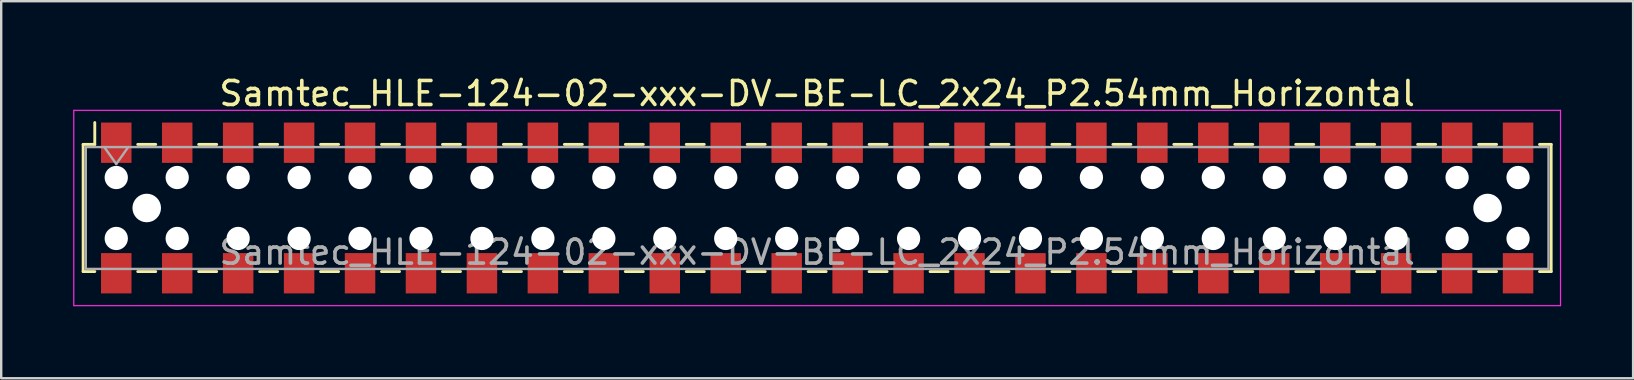
<source format=kicad_pcb>
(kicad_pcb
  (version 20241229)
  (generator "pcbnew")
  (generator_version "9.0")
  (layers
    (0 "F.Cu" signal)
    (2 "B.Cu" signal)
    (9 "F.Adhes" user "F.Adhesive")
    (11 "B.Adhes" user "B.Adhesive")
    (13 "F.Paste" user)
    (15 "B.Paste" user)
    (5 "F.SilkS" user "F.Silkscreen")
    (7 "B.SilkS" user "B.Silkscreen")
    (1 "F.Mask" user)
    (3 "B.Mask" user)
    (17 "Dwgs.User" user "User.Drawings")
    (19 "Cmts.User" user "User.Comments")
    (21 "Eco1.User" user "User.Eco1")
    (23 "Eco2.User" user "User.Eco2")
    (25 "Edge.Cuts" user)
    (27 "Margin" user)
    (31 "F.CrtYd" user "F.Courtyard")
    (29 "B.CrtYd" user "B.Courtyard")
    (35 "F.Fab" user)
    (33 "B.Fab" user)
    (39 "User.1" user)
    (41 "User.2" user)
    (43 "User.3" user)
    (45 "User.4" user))
  (footprint "Samtec_HLE-124-02-xxx-DV-BE-LC_2x24_P2.54mm_Horizontal"
    (layer "F.Cu")
    (at 31.005 5.618)
    (property "Reference" "Samtec_HLE-124-02-xxx-DV-BE-LC_2x24_P2.54mm_Horizontal" (at 0 -4.77 0) (layer "F.SilkS") (effects (font (size 1 1) (thickness 0.15))))
    (attr smd)
    (fp_line (start -30.59 -2.65) (end -30.59 2.65) (stroke (width 0.12) (type solid)) (layer "F.SilkS"))
    (fp_line (start -30.59 2.65) (end -30.105 2.65) (stroke (width 0.12) (type solid)) (layer "F.SilkS"))
    (fp_line (start -30.105 -3.56) (end -30.105 -2.65) (stroke (width 0.12) (type solid)) (layer "F.SilkS"))
    (fp_line (start -30.105 -2.65) (end -30.59 -2.65) (stroke (width 0.12) (type solid)) (layer "F.SilkS"))
    (fp_line (start -28.315 -2.65) (end -27.565 -2.65) (stroke (width 0.12) (type solid)) (layer "F.SilkS"))
    (fp_line (start -28.315 2.65) (end -27.565 2.65) (stroke (width 0.12) (type solid)) (layer "F.SilkS"))
    (fp_line (start -25.775 -2.65) (end -25.025 -2.65) (stroke (width 0.12) (type solid)) (layer "F.SilkS"))
    (fp_line (start -25.775 2.65) (end -25.025 2.65) (stroke (width 0.12) (type solid)) (layer "F.SilkS"))
    (fp_line (start -23.235 -2.65) (end -22.485 -2.65) (stroke (width 0.12) (type solid)) (layer "F.SilkS"))
    (fp_line (start -23.235 2.65) (end -22.485 2.65) (stroke (width 0.12) (type solid)) (layer "F.SilkS"))
    (fp_line (start -20.695 -2.65) (end -19.945 -2.65) (stroke (width 0.12) (type solid)) (layer "F.SilkS"))
    (fp_line (start -20.695 2.65) (end -19.945 2.65) (stroke (width 0.12) (type solid)) (layer "F.SilkS"))
    (fp_line (start -18.155 -2.65) (end -17.405 -2.65) (stroke (width 0.12) (type solid)) (layer "F.SilkS"))
    (fp_line (start -18.155 2.65) (end -17.405 2.65) (stroke (width 0.12) (type solid)) (layer "F.SilkS"))
    (fp_line (start -15.615 -2.65) (end -14.865 -2.65) (stroke (width 0.12) (type solid)) (layer "F.SilkS"))
    (fp_line (start -15.615 2.65) (end -14.865 2.65) (stroke (width 0.12) (type solid)) (layer "F.SilkS"))
    (fp_line (start -13.075 -2.65) (end -12.325 -2.65) (stroke (width 0.12) (type solid)) (layer "F.SilkS"))
    (fp_line (start -13.075 2.65) (end -12.325 2.65) (stroke (width 0.12) (type solid)) (layer "F.SilkS"))
    (fp_line (start -10.535 -2.65) (end -9.785 -2.65) (stroke (width 0.12) (type solid)) (layer "F.SilkS"))
    (fp_line (start -10.535 2.65) (end -9.785 2.65) (stroke (width 0.12) (type solid)) (layer "F.SilkS"))
    (fp_line (start -7.995 -2.65) (end -7.245 -2.65) (stroke (width 0.12) (type solid)) (layer "F.SilkS"))
    (fp_line (start -7.995 2.65) (end -7.245 2.65) (stroke (width 0.12) (type solid)) (layer "F.SilkS"))
    (fp_line (start -5.455 -2.65) (end -4.705 -2.65) (stroke (width 0.12) (type solid)) (layer "F.SilkS"))
    (fp_line (start -5.455 2.65) (end -4.705 2.65) (stroke (width 0.12) (type solid)) (layer "F.SilkS"))
    (fp_line (start -2.915 -2.65) (end -2.165 -2.65) (stroke (width 0.12) (type solid)) (layer "F.SilkS"))
    (fp_line (start -2.915 2.65) (end -2.165 2.65) (stroke (width 0.12) (type solid)) (layer "F.SilkS"))
    (fp_line (start -0.375 -2.65) (end 0.375 -2.65) (stroke (width 0.12) (type solid)) (layer "F.SilkS"))
    (fp_line (start -0.375 2.65) (end 0.375 2.65) (stroke (width 0.12) (type solid)) (layer "F.SilkS"))
    (fp_line (start 2.165 -2.65) (end 2.915 -2.65) (stroke (width 0.12) (type solid)) (layer "F.SilkS"))
    (fp_line (start 2.165 2.65) (end 2.915 2.65) (stroke (width 0.12) (type solid)) (layer "F.SilkS"))
    (fp_line (start 4.705 -2.65) (end 5.455 -2.65) (stroke (width 0.12) (type solid)) (layer "F.SilkS"))
    (fp_line (start 4.705 2.65) (end 5.455 2.65) (stroke (width 0.12) (type solid)) (layer "F.SilkS"))
    (fp_line (start 7.245 -2.65) (end 7.995 -2.65) (stroke (width 0.12) (type solid)) (layer "F.SilkS"))
    (fp_line (start 7.245 2.65) (end 7.995 2.65) (stroke (width 0.12) (type solid)) (layer "F.SilkS"))
    (fp_line (start 9.785 -2.65) (end 10.535 -2.65) (stroke (width 0.12) (type solid)) (layer "F.SilkS"))
    (fp_line (start 9.785 2.65) (end 10.535 2.65) (stroke (width 0.12) (type solid)) (layer "F.SilkS"))
    (fp_line (start 12.325 -2.65) (end 13.075 -2.65) (stroke (width 0.12) (type solid)) (layer "F.SilkS"))
    (fp_line (start 12.325 2.65) (end 13.075 2.65) (stroke (width 0.12) (type solid)) (layer "F.SilkS"))
    (fp_line (start 14.865 -2.65) (end 15.615 -2.65) (stroke (width 0.12) (type solid)) (layer "F.SilkS"))
    (fp_line (start 14.865 2.65) (end 15.615 2.65) (stroke (width 0.12) (type solid)) (layer "F.SilkS"))
    (fp_line (start 17.405 -2.65) (end 18.155 -2.65) (stroke (width 0.12) (type solid)) (layer "F.SilkS"))
    (fp_line (start 17.405 2.65) (end 18.155 2.65) (stroke (width 0.12) (type solid)) (layer "F.SilkS"))
    (fp_line (start 19.945 -2.65) (end 20.695 -2.65) (stroke (width 0.12) (type solid)) (layer "F.SilkS"))
    (fp_line (start 19.945 2.65) (end 20.695 2.65) (stroke (width 0.12) (type solid)) (layer "F.SilkS"))
    (fp_line (start 22.485 -2.65) (end 23.235 -2.65) (stroke (width 0.12) (type solid)) (layer "F.SilkS"))
    (fp_line (start 22.485 2.65) (end 23.235 2.65) (stroke (width 0.12) (type solid)) (layer "F.SilkS"))
    (fp_line (start 25.025 -2.65) (end 25.775 -2.65) (stroke (width 0.12) (type solid)) (layer "F.SilkS"))
    (fp_line (start 25.025 2.65) (end 25.775 2.65) (stroke (width 0.12) (type solid)) (layer "F.SilkS"))
    (fp_line (start 27.565 -2.65) (end 28.315 -2.65) (stroke (width 0.12) (type solid)) (layer "F.SilkS"))
    (fp_line (start 27.565 2.65) (end 28.315 2.65) (stroke (width 0.12) (type solid)) (layer "F.SilkS"))
    (fp_line (start 30.105 -2.65) (end 30.59 -2.65) (stroke (width 0.12) (type solid)) (layer "F.SilkS"))
    (fp_line (start 30.59 -2.65) (end 30.59 2.65) (stroke (width 0.12) (type solid)) (layer "F.SilkS"))
    (fp_line (start 30.59 2.65) (end 30.105 2.65) (stroke (width 0.12) (type solid)) (layer "F.SilkS"))
    (fp_line (start -30.98 -4.07) (end 30.98 -4.07) (stroke (width 0.05) (type solid)) (layer "F.CrtYd"))
    (fp_line (start -30.98 4.07) (end -30.98 -4.07) (stroke (width 0.05) (type solid)) (layer "F.CrtYd"))
    (fp_line (start 30.98 -4.07) (end 30.98 4.07) (stroke (width 0.05) (type solid)) (layer "F.CrtYd"))
    (fp_line (start 30.98 4.07) (end -30.98 4.07) (stroke (width 0.05) (type solid)) (layer "F.CrtYd"))
    (fp_line (start -30.48 -2.54) (end 30.48 -2.54) (stroke (width 0.1) (type solid)) (layer "F.Fab"))
    (fp_line (start -30.48 2.54) (end -30.48 -2.54) (stroke (width 0.1) (type solid)) (layer "F.Fab"))
    (fp_line (start -29.71 -2.54) (end -29.21 -1.833) (stroke (width 0.1) (type solid)) (layer "F.Fab"))
    (fp_line (start -29.21 -1.833) (end -28.71 -2.54) (stroke (width 0.1) (type solid)) (layer "F.Fab"))
    (fp_line (start 30.48 -2.54) (end 30.48 2.54) (stroke (width 0.1) (type solid)) (layer "F.Fab"))
    (fp_line (start 30.48 2.54) (end -30.48 2.54) (stroke (width 0.1) (type solid)) (layer "F.Fab"))
    (fp_text user "${REFERENCE}" (at 0 1.84 0) (layer "F.Fab") (effects (font (size 1 1) (thickness 0.15))))
    (pad "" np_thru_hole circle (at -29.21 -1.27) (size 0.97 0.97) (drill 0.97) (layers "*.Cu" "*.Mask"))
    (pad "" np_thru_hole circle (at -29.21 1.27) (size 0.97 0.97) (drill 0.97) (layers "*.Cu" "*.Mask"))
    (pad "" np_thru_hole circle (at -27.94 0) (size 1.19 1.19) (drill 1.19) (layers "*.Cu" "*.Mask"))
    (pad "" np_thru_hole circle (at -26.67 -1.27) (size 0.97 0.97) (drill 0.97) (layers "*.Cu" "*.Mask"))
    (pad "" np_thru_hole circle (at -26.67 1.27) (size 0.97 0.97) (drill 0.97) (layers "*.Cu" "*.Mask"))
    (pad "" np_thru_hole circle (at -24.13 -1.27) (size 0.97 0.97) (drill 0.97) (layers "*.Cu" "*.Mask"))
    (pad "" np_thru_hole circle (at -24.13 1.27) (size 0.97 0.97) (drill 0.97) (layers "*.Cu" "*.Mask"))
    (pad "" np_thru_hole circle (at -21.59 -1.27) (size 0.97 0.97) (drill 0.97) (layers "*.Cu" "*.Mask"))
    (pad "" np_thru_hole circle (at -21.59 1.27) (size 0.97 0.97) (drill 0.97) (layers "*.Cu" "*.Mask"))
    (pad "" np_thru_hole circle (at -19.05 -1.27) (size 0.97 0.97) (drill 0.97) (layers "*.Cu" "*.Mask"))
    (pad "" np_thru_hole circle (at -19.05 1.27) (size 0.97 0.97) (drill 0.97) (layers "*.Cu" "*.Mask"))
    (pad "" np_thru_hole circle (at -16.51 -1.27) (size 0.97 0.97) (drill 0.97) (layers "*.Cu" "*.Mask"))
    (pad "" np_thru_hole circle (at -16.51 1.27) (size 0.97 0.97) (drill 0.97) (layers "*.Cu" "*.Mask"))
    (pad "" np_thru_hole circle (at -13.97 -1.27) (size 0.97 0.97) (drill 0.97) (layers "*.Cu" "*.Mask"))
    (pad "" np_thru_hole circle (at -13.97 1.27) (size 0.97 0.97) (drill 0.97) (layers "*.Cu" "*.Mask"))
    (pad "" np_thru_hole circle (at -11.43 -1.27) (size 0.97 0.97) (drill 0.97) (layers "*.Cu" "*.Mask"))
    (pad "" np_thru_hole circle (at -11.43 1.27) (size 0.97 0.97) (drill 0.97) (layers "*.Cu" "*.Mask"))
    (pad "" np_thru_hole circle (at -8.89 -1.27) (size 0.97 0.97) (drill 0.97) (layers "*.Cu" "*.Mask"))
    (pad "" np_thru_hole circle (at -8.89 1.27) (size 0.97 0.97) (drill 0.97) (layers "*.Cu" "*.Mask"))
    (pad "" np_thru_hole circle (at -6.35 -1.27) (size 0.97 0.97) (drill 0.97) (layers "*.Cu" "*.Mask"))
    (pad "" np_thru_hole circle (at -6.35 1.27) (size 0.97 0.97) (drill 0.97) (layers "*.Cu" "*.Mask"))
    (pad "" np_thru_hole circle (at -3.81 -1.27) (size 0.97 0.97) (drill 0.97) (layers "*.Cu" "*.Mask"))
    (pad "" np_thru_hole circle (at -3.81 1.27) (size 0.97 0.97) (drill 0.97) (layers "*.Cu" "*.Mask"))
    (pad "" np_thru_hole circle (at -1.27 -1.27) (size 0.97 0.97) (drill 0.97) (layers "*.Cu" "*.Mask"))
    (pad "" np_thru_hole circle (at -1.27 1.27) (size 0.97 0.97) (drill 0.97) (layers "*.Cu" "*.Mask"))
    (pad "" np_thru_hole circle (at 1.27 -1.27) (size 0.97 0.97) (drill 0.97) (layers "*.Cu" "*.Mask"))
    (pad "" np_thru_hole circle (at 1.27 1.27) (size 0.97 0.97) (drill 0.97) (layers "*.Cu" "*.Mask"))
    (pad "" np_thru_hole circle (at 3.81 -1.27) (size 0.97 0.97) (drill 0.97) (layers "*.Cu" "*.Mask"))
    (pad "" np_thru_hole circle (at 3.81 1.27) (size 0.97 0.97) (drill 0.97) (layers "*.Cu" "*.Mask"))
    (pad "" np_thru_hole circle (at 6.35 -1.27) (size 0.97 0.97) (drill 0.97) (layers "*.Cu" "*.Mask"))
    (pad "" np_thru_hole circle (at 6.35 1.27) (size 0.97 0.97) (drill 0.97) (layers "*.Cu" "*.Mask"))
    (pad "" np_thru_hole circle (at 8.89 -1.27) (size 0.97 0.97) (drill 0.97) (layers "*.Cu" "*.Mask"))
    (pad "" np_thru_hole circle (at 8.89 1.27) (size 0.97 0.97) (drill 0.97) (layers "*.Cu" "*.Mask"))
    (pad "" np_thru_hole circle (at 11.43 -1.27) (size 0.97 0.97) (drill 0.97) (layers "*.Cu" "*.Mask"))
    (pad "" np_thru_hole circle (at 11.43 1.27) (size 0.97 0.97) (drill 0.97) (layers "*.Cu" "*.Mask"))
    (pad "" np_thru_hole circle (at 13.97 -1.27) (size 0.97 0.97) (drill 0.97) (layers "*.Cu" "*.Mask"))
    (pad "" np_thru_hole circle (at 13.97 1.27) (size 0.97 0.97) (drill 0.97) (layers "*.Cu" "*.Mask"))
    (pad "" np_thru_hole circle (at 16.51 -1.27) (size 0.97 0.97) (drill 0.97) (layers "*.Cu" "*.Mask"))
    (pad "" np_thru_hole circle (at 16.51 1.27) (size 0.97 0.97) (drill 0.97) (layers "*.Cu" "*.Mask"))
    (pad "" np_thru_hole circle (at 19.05 -1.27) (size 0.97 0.97) (drill 0.97) (layers "*.Cu" "*.Mask"))
    (pad "" np_thru_hole circle (at 19.05 1.27) (size 0.97 0.97) (drill 0.97) (layers "*.Cu" "*.Mask"))
    (pad "" np_thru_hole circle (at 21.59 -1.27) (size 0.97 0.97) (drill 0.97) (layers "*.Cu" "*.Mask"))
    (pad "" np_thru_hole circle (at 21.59 1.27) (size 0.97 0.97) (drill 0.97) (layers "*.Cu" "*.Mask"))
    (pad "" np_thru_hole circle (at 24.13 -1.27) (size 0.97 0.97) (drill 0.97) (layers "*.Cu" "*.Mask"))
    (pad "" np_thru_hole circle (at 24.13 1.27) (size 0.97 0.97) (drill 0.97) (layers "*.Cu" "*.Mask"))
    (pad "" np_thru_hole circle (at 26.67 -1.27) (size 0.97 0.97) (drill 0.97) (layers "*.Cu" "*.Mask"))
    (pad "" np_thru_hole circle (at 26.67 1.27) (size 0.97 0.97) (drill 0.97) (layers "*.Cu" "*.Mask"))
    (pad "" np_thru_hole circle (at 27.94 0) (size 1.19 1.19) (drill 1.19) (layers "*.Cu" "*.Mask"))
    (pad "" np_thru_hole circle (at 29.21 -1.27) (size 0.97 0.97) (drill 0.97) (layers "*.Cu" "*.Mask"))
    (pad "" np_thru_hole circle (at 29.21 1.27) (size 0.97 0.97) (drill 0.97) (layers "*.Cu" "*.Mask"))
    (pad "1" smd rect (at -29.21 -2.72) (size 1.27 1.68) (layers "F.Cu" "F.Mask" "F.Paste"))
    (pad "2" smd rect (at -29.21 2.72) (size 1.27 1.68) (layers "F.Cu" "F.Mask" "F.Paste"))
    (pad "3" smd rect (at -26.67 -2.72) (size 1.27 1.68) (layers "F.Cu" "F.Mask" "F.Paste"))
    (pad "4" smd rect (at -26.67 2.72) (size 1.27 1.68) (layers "F.Cu" "F.Mask" "F.Paste"))
    (pad "5" smd rect (at -24.13 -2.72) (size 1.27 1.68) (layers "F.Cu" "F.Mask" "F.Paste"))
    (pad "6" smd rect (at -24.13 2.72) (size 1.27 1.68) (layers "F.Cu" "F.Mask" "F.Paste"))
    (pad "7" smd rect (at -21.59 -2.72) (size 1.27 1.68) (layers "F.Cu" "F.Mask" "F.Paste"))
    (pad "8" smd rect (at -21.59 2.72) (size 1.27 1.68) (layers "F.Cu" "F.Mask" "F.Paste"))
    (pad "9" smd rect (at -19.05 -2.72) (size 1.27 1.68) (layers "F.Cu" "F.Mask" "F.Paste"))
    (pad "10" smd rect (at -19.05 2.72) (size 1.27 1.68) (layers "F.Cu" "F.Mask" "F.Paste"))
    (pad "11" smd rect (at -16.51 -2.72) (size 1.27 1.68) (layers "F.Cu" "F.Mask" "F.Paste"))
    (pad "12" smd rect (at -16.51 2.72) (size 1.27 1.68) (layers "F.Cu" "F.Mask" "F.Paste"))
    (pad "13" smd rect (at -13.97 -2.72) (size 1.27 1.68) (layers "F.Cu" "F.Mask" "F.Paste"))
    (pad "14" smd rect (at -13.97 2.72) (size 1.27 1.68) (layers "F.Cu" "F.Mask" "F.Paste"))
    (pad "15" smd rect (at -11.43 -2.72) (size 1.27 1.68) (layers "F.Cu" "F.Mask" "F.Paste"))
    (pad "16" smd rect (at -11.43 2.72) (size 1.27 1.68) (layers "F.Cu" "F.Mask" "F.Paste"))
    (pad "17" smd rect (at -8.89 -2.72) (size 1.27 1.68) (layers "F.Cu" "F.Mask" "F.Paste"))
    (pad "18" smd rect (at -8.89 2.72) (size 1.27 1.68) (layers "F.Cu" "F.Mask" "F.Paste"))
    (pad "19" smd rect (at -6.35 -2.72) (size 1.27 1.68) (layers "F.Cu" "F.Mask" "F.Paste"))
    (pad "20" smd rect (at -6.35 2.72) (size 1.27 1.68) (layers "F.Cu" "F.Mask" "F.Paste"))
    (pad "21" smd rect (at -3.81 -2.72) (size 1.27 1.68) (layers "F.Cu" "F.Mask" "F.Paste"))
    (pad "22" smd rect (at -3.81 2.72) (size 1.27 1.68) (layers "F.Cu" "F.Mask" "F.Paste"))
    (pad "23" smd rect (at -1.27 -2.72) (size 1.27 1.68) (layers "F.Cu" "F.Mask" "F.Paste"))
    (pad "24" smd rect (at -1.27 2.72) (size 1.27 1.68) (layers "F.Cu" "F.Mask" "F.Paste"))
    (pad "25" smd rect (at 1.27 -2.72) (size 1.27 1.68) (layers "F.Cu" "F.Mask" "F.Paste"))
    (pad "26" smd rect (at 1.27 2.72) (size 1.27 1.68) (layers "F.Cu" "F.Mask" "F.Paste"))
    (pad "27" smd rect (at 3.81 -2.72) (size 1.27 1.68) (layers "F.Cu" "F.Mask" "F.Paste"))
    (pad "28" smd rect (at 3.81 2.72) (size 1.27 1.68) (layers "F.Cu" "F.Mask" "F.Paste"))
    (pad "29" smd rect (at 6.35 -2.72) (size 1.27 1.68) (layers "F.Cu" "F.Mask" "F.Paste"))
    (pad "30" smd rect (at 6.35 2.72) (size 1.27 1.68) (layers "F.Cu" "F.Mask" "F.Paste"))
    (pad "31" smd rect (at 8.89 -2.72) (size 1.27 1.68) (layers "F.Cu" "F.Mask" "F.Paste"))
    (pad "32" smd rect (at 8.89 2.72) (size 1.27 1.68) (layers "F.Cu" "F.Mask" "F.Paste"))
    (pad "33" smd rect (at 11.43 -2.72) (size 1.27 1.68) (layers "F.Cu" "F.Mask" "F.Paste"))
    (pad "34" smd rect (at 11.43 2.72) (size 1.27 1.68) (layers "F.Cu" "F.Mask" "F.Paste"))
    (pad "35" smd rect (at 13.97 -2.72) (size 1.27 1.68) (layers "F.Cu" "F.Mask" "F.Paste"))
    (pad "36" smd rect (at 13.97 2.72) (size 1.27 1.68) (layers "F.Cu" "F.Mask" "F.Paste"))
    (pad "37" smd rect (at 16.51 -2.72) (size 1.27 1.68) (layers "F.Cu" "F.Mask" "F.Paste"))
    (pad "38" smd rect (at 16.51 2.72) (size 1.27 1.68) (layers "F.Cu" "F.Mask" "F.Paste"))
    (pad "39" smd rect (at 19.05 -2.72) (size 1.27 1.68) (layers "F.Cu" "F.Mask" "F.Paste"))
    (pad "40" smd rect (at 19.05 2.72) (size 1.27 1.68) (layers "F.Cu" "F.Mask" "F.Paste"))
    (pad "41" smd rect (at 21.59 -2.72) (size 1.27 1.68) (layers "F.Cu" "F.Mask" "F.Paste"))
    (pad "42" smd rect (at 21.59 2.72) (size 1.27 1.68) (layers "F.Cu" "F.Mask" "F.Paste"))
    (pad "43" smd rect (at 24.13 -2.72) (size 1.27 1.68) (layers "F.Cu" "F.Mask" "F.Paste"))
    (pad "44" smd rect (at 24.13 2.72) (size 1.27 1.68) (layers "F.Cu" "F.Mask" "F.Paste"))
    (pad "45" smd rect (at 26.67 -2.72) (size 1.27 1.68) (layers "F.Cu" "F.Mask" "F.Paste"))
    (pad "46" smd rect (at 26.67 2.72) (size 1.27 1.68) (layers "F.Cu" "F.Mask" "F.Paste"))
    (pad "47" smd rect (at 29.21 -2.72) (size 1.27 1.68) (layers "F.Cu" "F.Mask" "F.Paste"))
    (pad "48" smd rect (at 29.21 2.72) (size 1.27 1.68) (layers "F.Cu" "F.Mask" "F.Paste")))
  (gr_rect
    (start -3 -3)
    (end 65.01 12.713)
    (stroke (width 0.1) (type default))
    (fill no)
    (layer "Edge.Cuts")))
</source>
